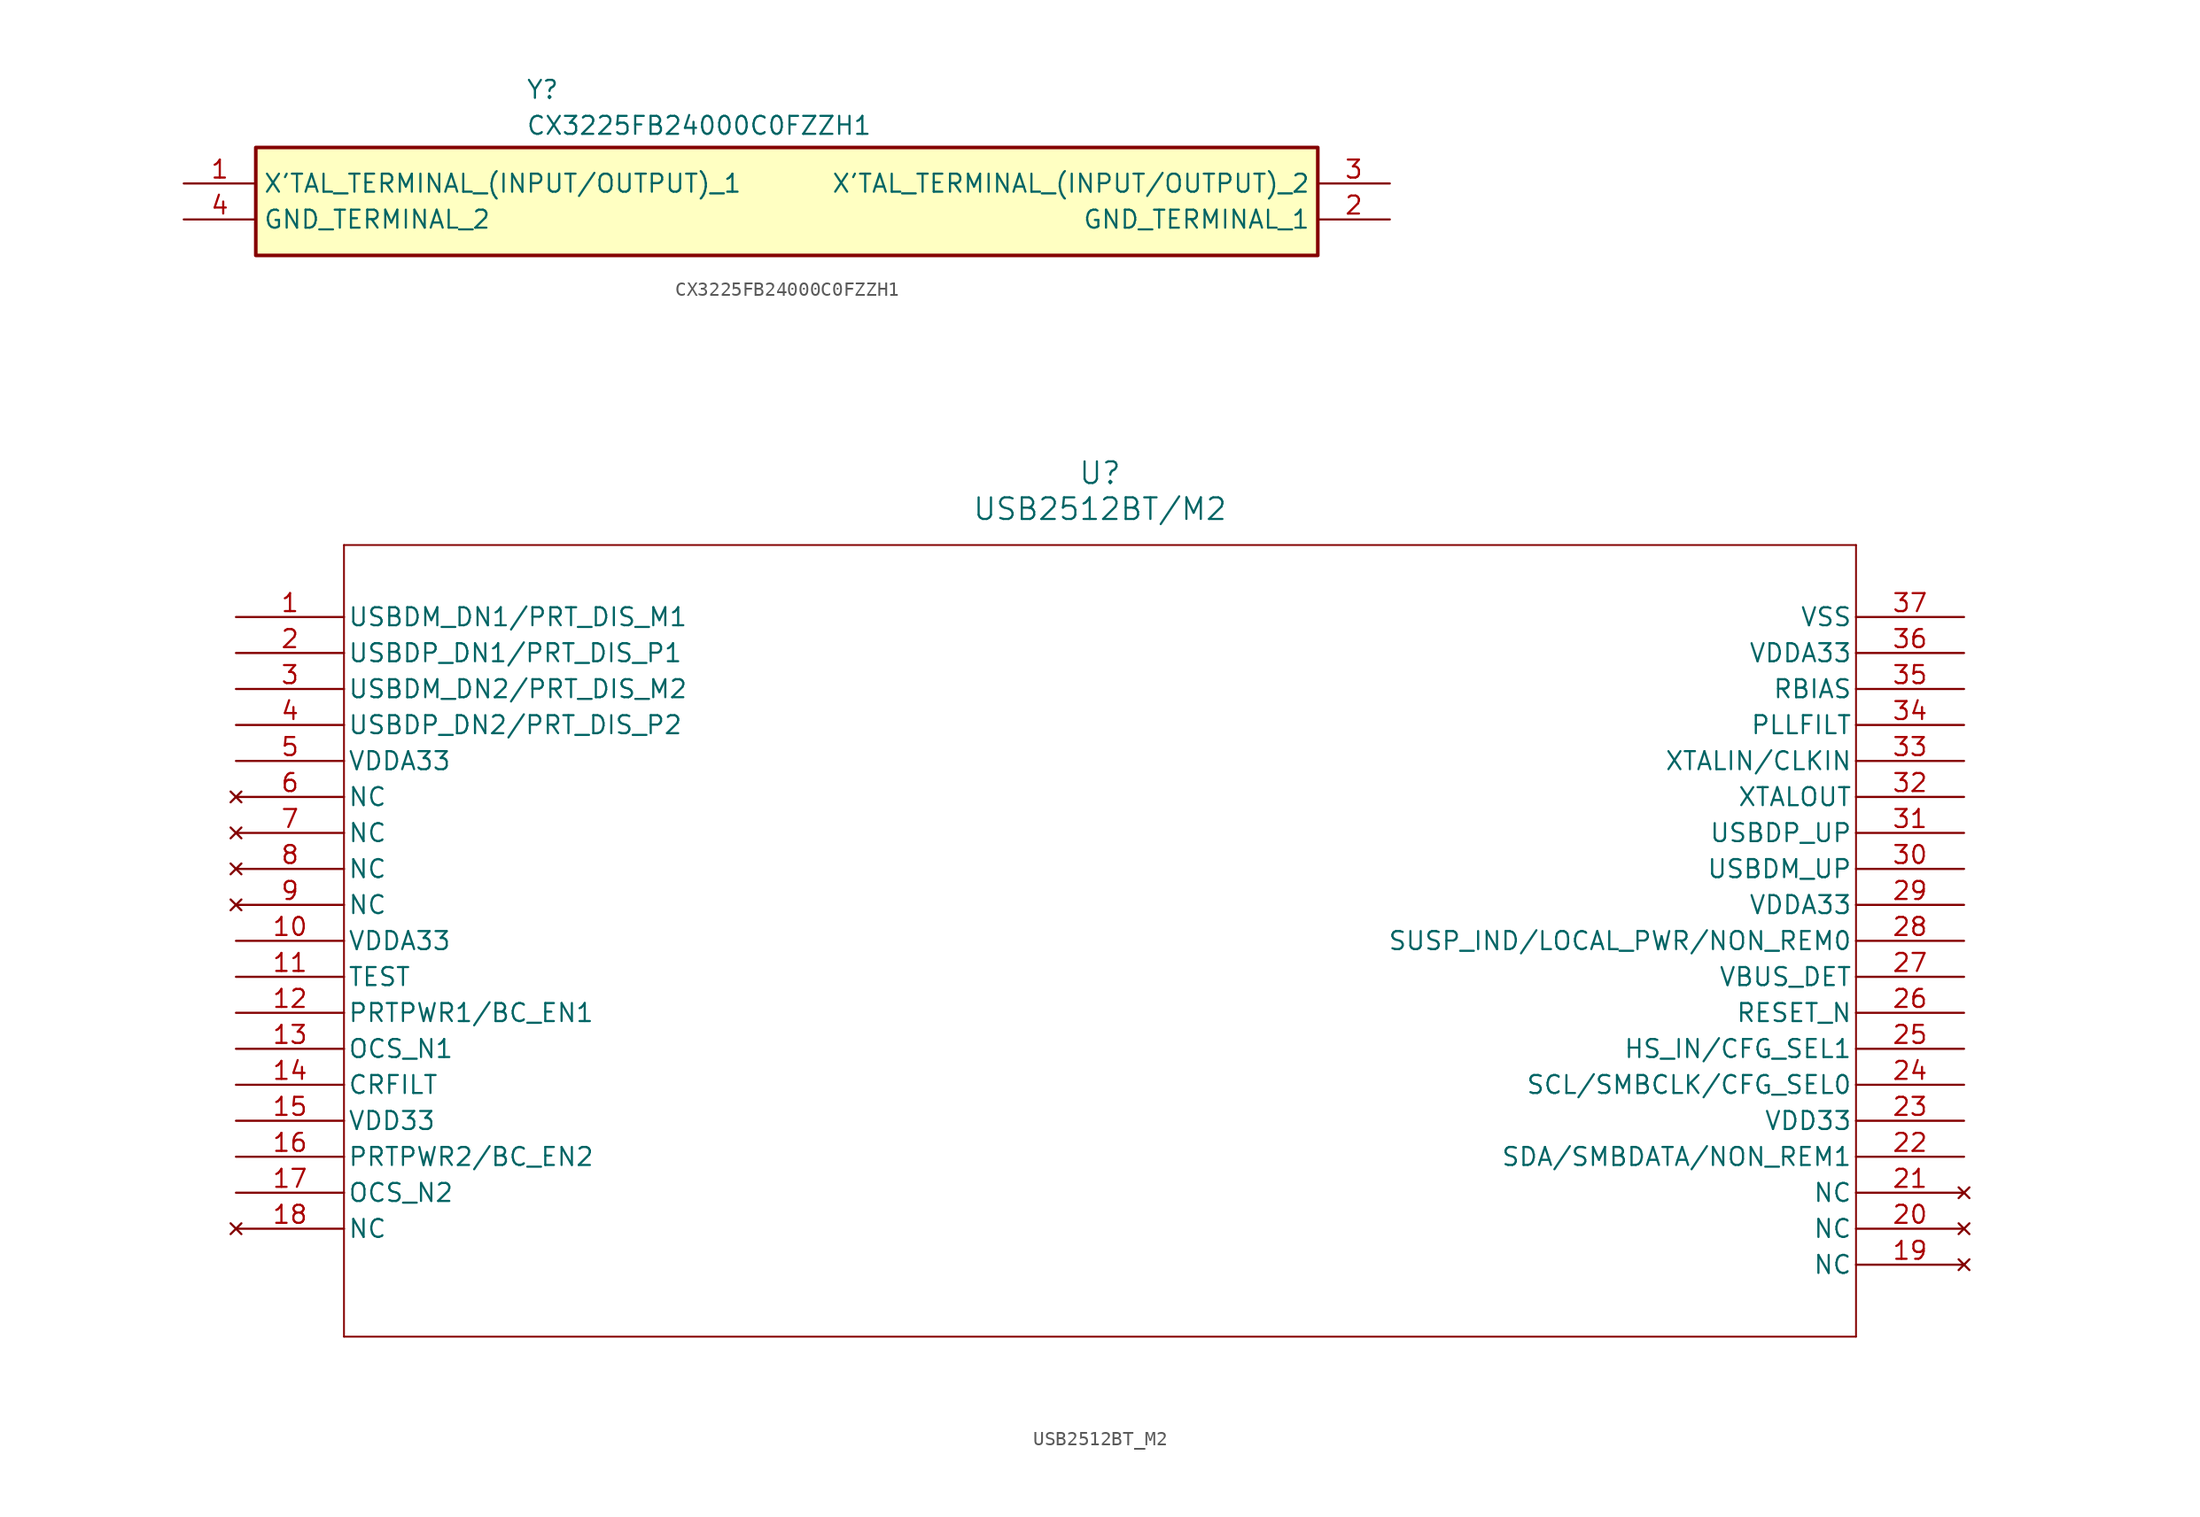
<source format=kicad_sym>
(kicad_symbol_lib
  (version 20241209)
  (generator "kicad_symbol_editor")
  (generator_version "9.0")
  (symbol "CX3225FB24000C0FZZH1"
    (property "Reference" "Y"
      (at 24.13 7.366 0)
      (effects (font (size 1.27 1.27)) (justify left top)))
    (property "Value" "CX3225FB24000C0FZZH1"
      (at 24.13 4.826 0)
      (effects (font (size 1.27 1.27)) (justify left top)))
    (symbol "CX3225FB24000C0FZZH1_1_1"
      (rectangle (start 5.08 2.54) (end 80.01 -5.08) (stroke (width 0.254) (type default)) (fill (type background)))
      (pin passive line (at 0 0 0) (length 5.08) (name "X'TAL_TERMINAL_(INPUT/OUTPUT)_1" (effects (font (size 1.27 1.27)))) (number "1" (effects (font (size 1.27 1.27)))))
      (pin passive line (at 0 -2.54 0) (length 5.08) (name "GND_TERMINAL_2" (effects (font (size 1.27 1.27)))) (number "4" (effects (font (size 1.27 1.27)))))
      (pin passive line (at 85.09 0 180) (length 5.08) (name "X'TAL_TERMINAL_(INPUT/OUTPUT)_2" (effects (font (size 1.27 1.27)))) (number "3" (effects (font (size 1.27 1.27)))))
      (pin passive line (at 85.09 -2.54 180) (length 5.08) (name "GND_TERMINAL_1" (effects (font (size 1.27 1.27)))) (number "2" (effects (font (size 1.27 1.27)))))))
  (symbol "USB2512BT_M2"
    (pin_names
      (offset 0.254))
    (property "Reference" "U"
      (at 60.96 10.16 0)
      (effects (font (size 1.524 1.524))))
    (property "Value" "USB2512BT/M2"
      (at 60.96 7.62 0)
      (effects (font (size 1.524 1.524))))
    (property "ki_locked" ""
      (at 0 0 0)
      (effects (font (size 1.27 1.27))))
    (symbol "USB2512BT_M2_0_1"
      (polyline (pts (xy 7.62 5.08) (xy 7.62 -50.8)) (stroke (width 0.127) (type default)) (fill (type none)))
      (polyline (pts (xy 7.62 -50.8) (xy 114.3 -50.8)) (stroke (width 0.127) (type default)) (fill (type none)))
      (polyline (pts (xy 114.3 5.08) (xy 7.62 5.08)) (stroke (width 0.127) (type default)) (fill (type none)))
      (polyline (pts (xy 114.3 -50.8) (xy 114.3 5.08)) (stroke (width 0.127) (type default)) (fill (type none)))
      (pin bidirectional line (at 0 0 0) (length 7.62) (name "USBDM_DN1/PRT_DIS_M1" (effects (font (size 1.27 1.27)))) (number "1" (effects (font (size 1.27 1.27)))))
      (pin bidirectional line (at 0 -2.54 0) (length 7.62) (name "USBDP_DN1/PRT_DIS_P1" (effects (font (size 1.27 1.27)))) (number "2" (effects (font (size 1.27 1.27)))))
      (pin bidirectional line (at 0 -5.08 0) (length 7.62) (name "USBDM_DN2/PRT_DIS_M2" (effects (font (size 1.27 1.27)))) (number "3" (effects (font (size 1.27 1.27)))))
      (pin bidirectional line (at 0 -7.62 0) (length 7.62) (name "USBDP_DN2/PRT_DIS_P2" (effects (font (size 1.27 1.27)))) (number "4" (effects (font (size 1.27 1.27)))))
      (pin power_in line (at 0 -10.16 0) (length 7.62) (name "VDDA33" (effects (font (size 1.27 1.27)))) (number "5" (effects (font (size 1.27 1.27)))))
      (pin no_connect line (at 0 -12.7 0) (length 7.62) (name "NC" (effects (font (size 1.27 1.27)))) (number "6" (effects (font (size 1.27 1.27)))))
      (pin no_connect line (at 0 -15.24 0) (length 7.62) (name "NC" (effects (font (size 1.27 1.27)))) (number "7" (effects (font (size 1.27 1.27)))))
      (pin no_connect line (at 0 -17.78 0) (length 7.62) (name "NC" (effects (font (size 1.27 1.27)))) (number "8" (effects (font (size 1.27 1.27)))))
      (pin no_connect line (at 0 -20.32 0) (length 7.62) (name "NC" (effects (font (size 1.27 1.27)))) (number "9" (effects (font (size 1.27 1.27)))))
      (pin power_in line (at 0 -22.86 0) (length 7.62) (name "VDDA33" (effects (font (size 1.27 1.27)))) (number "10" (effects (font (size 1.27 1.27)))))
      (pin input line (at 0 -25.4 0) (length 7.62) (name "TEST" (effects (font (size 1.27 1.27)))) (number "11" (effects (font (size 1.27 1.27)))))
      (pin bidirectional line (at 0 -27.94 0) (length 7.62) (name "PRTPWR1/BC_EN1" (effects (font (size 1.27 1.27)))) (number "12" (effects (font (size 1.27 1.27)))))
      (pin input line (at 0 -30.48 0) (length 7.62) (name "OCS_N1" (effects (font (size 1.27 1.27)))) (number "13" (effects (font (size 1.27 1.27)))))
      (pin power_in line (at 0 -33.02 0) (length 7.62) (name "CRFILT" (effects (font (size 1.27 1.27)))) (number "14" (effects (font (size 1.27 1.27)))))
      (pin power_in line (at 0 -35.56 0) (length 7.62) (name "VDD33" (effects (font (size 1.27 1.27)))) (number "15" (effects (font (size 1.27 1.27)))))
      (pin bidirectional line (at 0 -38.1 0) (length 7.62) (name "PRTPWR2/BC_EN2" (effects (font (size 1.27 1.27)))) (number "16" (effects (font (size 1.27 1.27)))))
      (pin input line (at 0 -40.64 0) (length 7.62) (name "OCS_N2" (effects (font (size 1.27 1.27)))) (number "17" (effects (font (size 1.27 1.27)))))
      (pin no_connect line (at 0 -43.18 0) (length 7.62) (name "NC" (effects (font (size 1.27 1.27)))) (number "18" (effects (font (size 1.27 1.27)))))
      (pin power_out line (at 121.92 0 180) (length 7.62) (name "VSS" (effects (font (size 1.27 1.27)))) (number "37" (effects (font (size 1.27 1.27)))))
      (pin power_in line (at 121.92 -2.54 180) (length 7.62) (name "VDDA33" (effects (font (size 1.27 1.27)))) (number "36" (effects (font (size 1.27 1.27)))))
      (pin input line (at 121.92 -5.08 180) (length 7.62) (name "RBIAS" (effects (font (size 1.27 1.27)))) (number "35" (effects (font (size 1.27 1.27)))))
      (pin power_in line (at 121.92 -7.62 180) (length 7.62) (name "PLLFILT" (effects (font (size 1.27 1.27)))) (number "34" (effects (font (size 1.27 1.27)))))
      (pin input line (at 121.92 -10.16 180) (length 7.62) (name "XTALIN/CLKIN" (effects (font (size 1.27 1.27)))) (number "33" (effects (font (size 1.27 1.27)))))
      (pin output line (at 121.92 -12.7 180) (length 7.62) (name "XTALOUT" (effects (font (size 1.27 1.27)))) (number "32" (effects (font (size 1.27 1.27)))))
      (pin bidirectional line (at 121.92 -15.24 180) (length 7.62) (name "USBDP_UP" (effects (font (size 1.27 1.27)))) (number "31" (effects (font (size 1.27 1.27)))))
      (pin bidirectional line (at 121.92 -17.78 180) (length 7.62) (name "USBDM_UP" (effects (font (size 1.27 1.27)))) (number "30" (effects (font (size 1.27 1.27)))))
      (pin power_in line (at 121.92 -20.32 180) (length 7.62) (name "VDDA33" (effects (font (size 1.27 1.27)))) (number "29" (effects (font (size 1.27 1.27)))))
      (pin bidirectional line (at 121.92 -22.86 180) (length 7.62) (name "SUSP_IND/LOCAL_PWR/NON_REM0" (effects (font (size 1.27 1.27)))) (number "28" (effects (font (size 1.27 1.27)))))
      (pin input line (at 121.92 -25.4 180) (length 7.62) (name "VBUS_DET" (effects (font (size 1.27 1.27)))) (number "27" (effects (font (size 1.27 1.27)))))
      (pin input line (at 121.92 -27.94 180) (length 7.62) (name "RESET_N" (effects (font (size 1.27 1.27)))) (number "26" (effects (font (size 1.27 1.27)))))
      (pin bidirectional line (at 121.92 -30.48 180) (length 7.62) (name "HS_IN/CFG_SEL1" (effects (font (size 1.27 1.27)))) (number "25" (effects (font (size 1.27 1.27)))))
      (pin bidirectional line (at 121.92 -33.02 180) (length 7.62) (name "SCL/SMBCLK/CFG_SEL0" (effects (font (size 1.27 1.27)))) (number "24" (effects (font (size 1.27 1.27)))))
      (pin power_in line (at 121.92 -35.56 180) (length 7.62) (name "VDD33" (effects (font (size 1.27 1.27)))) (number "23" (effects (font (size 1.27 1.27)))))
      (pin bidirectional line (at 121.92 -38.1 180) (length 7.62) (name "SDA/SMBDATA/NON_REM1" (effects (font (size 1.27 1.27)))) (number "22" (effects (font (size 1.27 1.27)))))
      (pin no_connect line (at 121.92 -40.64 180) (length 7.62) (name "NC" (effects (font (size 1.27 1.27)))) (number "21" (effects (font (size 1.27 1.27)))))
      (pin no_connect line (at 121.92 -43.18 180) (length 7.62) (name "NC" (effects (font (size 1.27 1.27)))) (number "20" (effects (font (size 1.27 1.27)))))
      (pin no_connect line (at 121.92 -45.72 180) (length 7.62) (name "NC" (effects (font (size 1.27 1.27)))) (number "19" (effects (font (size 1.27 1.27))))))))
</source>
